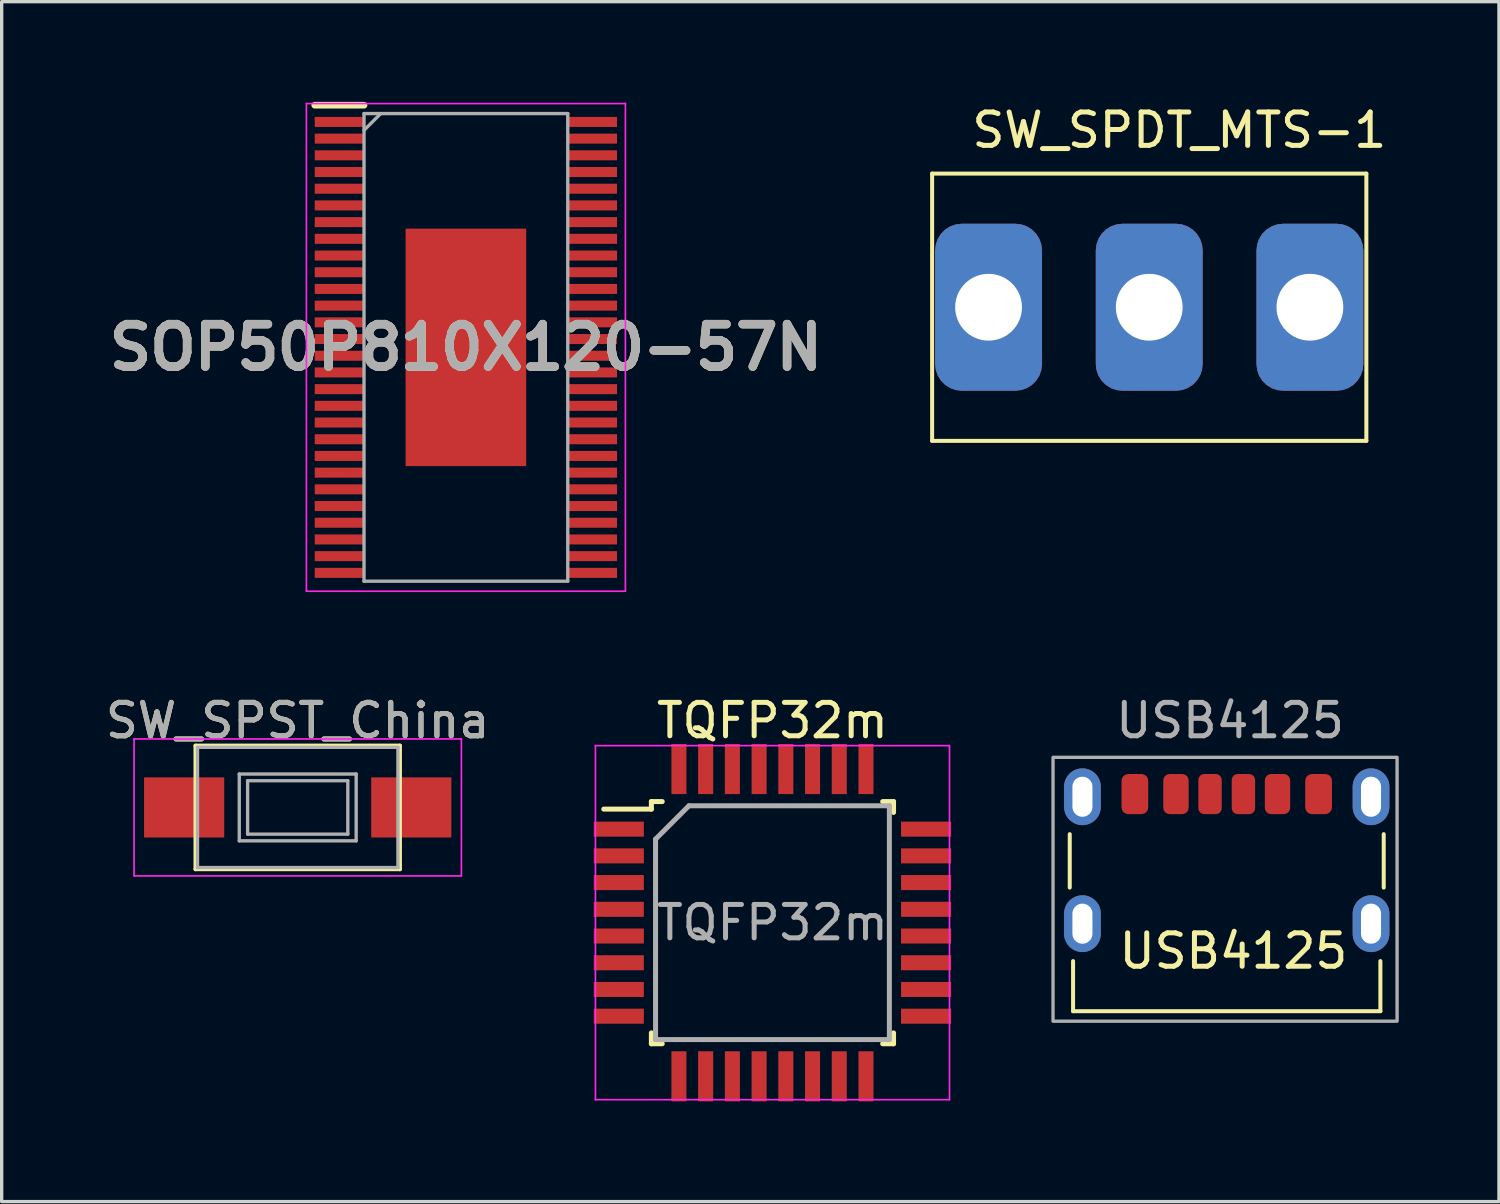
<source format=kicad_pcb>
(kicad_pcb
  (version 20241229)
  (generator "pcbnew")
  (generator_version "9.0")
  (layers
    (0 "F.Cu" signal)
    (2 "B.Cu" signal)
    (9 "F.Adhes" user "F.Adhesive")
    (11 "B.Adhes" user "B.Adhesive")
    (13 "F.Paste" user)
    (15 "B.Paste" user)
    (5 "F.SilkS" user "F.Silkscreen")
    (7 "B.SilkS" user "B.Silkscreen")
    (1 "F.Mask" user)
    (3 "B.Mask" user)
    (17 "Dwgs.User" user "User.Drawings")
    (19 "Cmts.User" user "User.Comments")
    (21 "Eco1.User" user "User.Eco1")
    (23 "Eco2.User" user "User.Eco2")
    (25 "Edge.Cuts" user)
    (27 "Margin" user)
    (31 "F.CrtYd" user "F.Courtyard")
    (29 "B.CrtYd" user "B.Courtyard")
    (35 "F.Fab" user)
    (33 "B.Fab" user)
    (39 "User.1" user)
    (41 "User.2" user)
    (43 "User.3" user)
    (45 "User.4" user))
  (footprint "SOP50P810X120-57N"
    (layer "F.Cu")
    (at 10.898 7.35)
    (property "Reference" "SOP50P810X120-57N" (at 0 0 0) (layer "F.SilkS") (effects (font (size 1.27 1.27) (thickness 0.254))))
    (attr smd)
    (fp_line (start -4.525 -7.25) (end -3.05 -7.25) (stroke (width 0.2) (type solid)) (layer "F.SilkS"))
    (fp_line (start -4.775 -7.3) (end 4.775 -7.3) (stroke (width 0.05) (type solid)) (layer "F.CrtYd"))
    (fp_line (start -4.775 7.3) (end -4.775 -7.3) (stroke (width 0.05) (type solid)) (layer "F.CrtYd"))
    (fp_line (start 4.775 -7.3) (end 4.775 7.3) (stroke (width 0.05) (type solid)) (layer "F.CrtYd"))
    (fp_line (start 4.775 7.3) (end -4.775 7.3) (stroke (width 0.05) (type solid)) (layer "F.CrtYd"))
    (fp_line (start -3.05 -7) (end 3.05 -7) (stroke (width 0.1) (type solid)) (layer "F.Fab"))
    (fp_line (start -3.05 -6.5) (end -2.55 -7) (stroke (width 0.1) (type solid)) (layer "F.Fab"))
    (fp_line (start -3.05 7) (end -3.05 -7) (stroke (width 0.1) (type solid)) (layer "F.Fab"))
    (fp_line (start 3.05 -7) (end 3.05 7) (stroke (width 0.1) (type solid)) (layer "F.Fab"))
    (fp_line (start 3.05 7) (end -3.05 7) (stroke (width 0.1) (type solid)) (layer "F.Fab"))
    (fp_text user "${REFERENCE}" (at 0 0 0) (layer "F.Fab") (effects (font (size 1.27 1.27) (thickness 0.254))))
    (pad "1" smd rect (at -3.788 -6.75 90) (size 0.3 1.475) (layers "F.Cu" "F.Mask" "F.Paste"))
    (pad "2" smd rect (at -3.788 -6.25 90) (size 0.3 1.475) (layers "F.Cu" "F.Mask" "F.Paste"))
    (pad "3" smd rect (at -3.788 -5.75 90) (size 0.3 1.475) (layers "F.Cu" "F.Mask" "F.Paste"))
    (pad "4" smd rect (at -3.788 -5.25 90) (size 0.3 1.475) (layers "F.Cu" "F.Mask" "F.Paste"))
    (pad "5" smd rect (at -3.788 -4.75 90) (size 0.3 1.475) (layers "F.Cu" "F.Mask" "F.Paste"))
    (pad "6" smd rect (at -3.788 -4.25 90) (size 0.3 1.475) (layers "F.Cu" "F.Mask" "F.Paste"))
    (pad "7" smd rect (at -3.788 -3.75 90) (size 0.3 1.475) (layers "F.Cu" "F.Mask" "F.Paste"))
    (pad "8" smd rect (at -3.788 -3.25 90) (size 0.3 1.475) (layers "F.Cu" "F.Mask" "F.Paste"))
    (pad "9" smd rect (at -3.788 -2.75 90) (size 0.3 1.475) (layers "F.Cu" "F.Mask" "F.Paste"))
    (pad "10" smd rect (at -3.788 -2.25 90) (size 0.3 1.475) (layers "F.Cu" "F.Mask" "F.Paste"))
    (pad "11" smd rect (at -3.788 -1.75 90) (size 0.3 1.475) (layers "F.Cu" "F.Mask" "F.Paste"))
    (pad "12" smd rect (at -3.788 -1.25 90) (size 0.3 1.475) (layers "F.Cu" "F.Mask" "F.Paste"))
    (pad "13" smd rect (at -3.788 -0.75 90) (size 0.3 1.475) (layers "F.Cu" "F.Mask" "F.Paste"))
    (pad "14" smd rect (at -3.788 -0.25 90) (size 0.3 1.475) (layers "F.Cu" "F.Mask" "F.Paste"))
    (pad "15" smd rect (at -3.788 0.25 90) (size 0.3 1.475) (layers "F.Cu" "F.Mask" "F.Paste"))
    (pad "16" smd rect (at -3.788 0.75 90) (size 0.3 1.475) (layers "F.Cu" "F.Mask" "F.Paste"))
    (pad "17" smd rect (at -3.788 1.25 90) (size 0.3 1.475) (layers "F.Cu" "F.Mask" "F.Paste"))
    (pad "18" smd rect (at -3.788 1.75 90) (size 0.3 1.475) (layers "F.Cu" "F.Mask" "F.Paste"))
    (pad "19" smd rect (at -3.788 2.25 90) (size 0.3 1.475) (layers "F.Cu" "F.Mask" "F.Paste"))
    (pad "20" smd rect (at -3.788 2.75 90) (size 0.3 1.475) (layers "F.Cu" "F.Mask" "F.Paste"))
    (pad "21" smd rect (at -3.788 3.25 90) (size 0.3 1.475) (layers "F.Cu" "F.Mask" "F.Paste"))
    (pad "22" smd rect (at -3.788 3.75 90) (size 0.3 1.475) (layers "F.Cu" "F.Mask" "F.Paste"))
    (pad "23" smd rect (at -3.788 4.25 90) (size 0.3 1.475) (layers "F.Cu" "F.Mask" "F.Paste"))
    (pad "24" smd rect (at -3.788 4.75 90) (size 0.3 1.475) (layers "F.Cu" "F.Mask" "F.Paste"))
    (pad "25" smd rect (at -3.788 5.25 90) (size 0.3 1.475) (layers "F.Cu" "F.Mask" "F.Paste"))
    (pad "26" smd rect (at -3.788 5.75 90) (size 0.3 1.475) (layers "F.Cu" "F.Mask" "F.Paste"))
    (pad "27" smd rect (at -3.788 6.25 90) (size 0.3 1.475) (layers "F.Cu" "F.Mask" "F.Paste"))
    (pad "28" smd rect (at -3.788 6.75 90) (size 0.3 1.475) (layers "F.Cu" "F.Mask" "F.Paste"))
    (pad "29" smd rect (at 3.788 6.75 90) (size 0.3 1.475) (layers "F.Cu" "F.Mask" "F.Paste"))
    (pad "30" smd rect (at 3.788 6.25 90) (size 0.3 1.475) (layers "F.Cu" "F.Mask" "F.Paste"))
    (pad "31" smd rect (at 3.788 5.75 90) (size 0.3 1.475) (layers "F.Cu" "F.Mask" "F.Paste"))
    (pad "32" smd rect (at 3.788 5.25 90) (size 0.3 1.475) (layers "F.Cu" "F.Mask" "F.Paste"))
    (pad "33" smd rect (at 3.788 4.75 90) (size 0.3 1.475) (layers "F.Cu" "F.Mask" "F.Paste"))
    (pad "34" smd rect (at 3.788 4.25 90) (size 0.3 1.475) (layers "F.Cu" "F.Mask" "F.Paste"))
    (pad "35" smd rect (at 3.788 3.75 90) (size 0.3 1.475) (layers "F.Cu" "F.Mask" "F.Paste"))
    (pad "36" smd rect (at 3.788 3.25 90) (size 0.3 1.475) (layers "F.Cu" "F.Mask" "F.Paste"))
    (pad "37" smd rect (at 3.788 2.75 90) (size 0.3 1.475) (layers "F.Cu" "F.Mask" "F.Paste"))
    (pad "38" smd rect (at 3.788 2.25 90) (size 0.3 1.475) (layers "F.Cu" "F.Mask" "F.Paste"))
    (pad "39" smd rect (at 3.788 1.75 90) (size 0.3 1.475) (layers "F.Cu" "F.Mask" "F.Paste"))
    (pad "40" smd rect (at 3.788 1.25 90) (size 0.3 1.475) (layers "F.Cu" "F.Mask" "F.Paste"))
    (pad "41" smd rect (at 3.788 0.75 90) (size 0.3 1.475) (layers "F.Cu" "F.Mask" "F.Paste"))
    (pad "42" smd rect (at 3.788 0.25 90) (size 0.3 1.475) (layers "F.Cu" "F.Mask" "F.Paste"))
    (pad "43" smd rect (at 3.788 -0.25 90) (size 0.3 1.475) (layers "F.Cu" "F.Mask" "F.Paste"))
    (pad "44" smd rect (at 3.788 -0.75 90) (size 0.3 1.475) (layers "F.Cu" "F.Mask" "F.Paste"))
    (pad "45" smd rect (at 3.788 -1.25 90) (size 0.3 1.475) (layers "F.Cu" "F.Mask" "F.Paste"))
    (pad "46" smd rect (at 3.788 -1.75 90) (size 0.3 1.475) (layers "F.Cu" "F.Mask" "F.Paste"))
    (pad "47" smd rect (at 3.788 -2.25 90) (size 0.3 1.475) (layers "F.Cu" "F.Mask" "F.Paste"))
    (pad "48" smd rect (at 3.788 -2.75 90) (size 0.3 1.475) (layers "F.Cu" "F.Mask" "F.Paste"))
    (pad "49" smd rect (at 3.788 -3.25 90) (size 0.3 1.475) (layers "F.Cu" "F.Mask" "F.Paste"))
    (pad "50" smd rect (at 3.788 -3.75 90) (size 0.3 1.475) (layers "F.Cu" "F.Mask" "F.Paste"))
    (pad "51" smd rect (at 3.788 -4.25 90) (size 0.3 1.475) (layers "F.Cu" "F.Mask" "F.Paste"))
    (pad "52" smd rect (at 3.788 -4.75 90) (size 0.3 1.475) (layers "F.Cu" "F.Mask" "F.Paste"))
    (pad "53" smd rect (at 3.788 -5.25 90) (size 0.3 1.475) (layers "F.Cu" "F.Mask" "F.Paste"))
    (pad "54" smd rect (at 3.788 -5.75 90) (size 0.3 1.475) (layers "F.Cu" "F.Mask" "F.Paste"))
    (pad "55" smd rect (at 3.788 -6.25 90) (size 0.3 1.475) (layers "F.Cu" "F.Mask" "F.Paste"))
    (pad "56" smd rect (at 3.788 -6.75 90) (size 0.3 1.475) (layers "F.Cu" "F.Mask" "F.Paste"))
    (pad "57" smd rect (at 0 0) (size 3.61 7.11) (layers "F.Cu" "F.Mask" "F.Paste")))
  (footprint "USB4125"
    (layer "F.Cu")
    (at 33.676 20.723)
    (property "Reference" "USB4125" (at 0.2 4.7 0) (unlocked yes) (layer "F.SilkS") (effects (font (size 1 1) (thickness 0.15))))
    (attr smd)
    (fp_line (start -4.7 2.8) (end -4.7 1.2) (stroke (width 0.12) (type solid)) (layer "F.SilkS"))
    (fp_line (start -4.6 6.5) (end -4.6 5) (stroke (width 0.12) (type solid)) (layer "F.SilkS"))
    (fp_line (start 4.6 6.5) (end -4.6 6.5) (stroke (width 0.12) (type solid)) (layer "F.SilkS"))
    (fp_line (start 4.6 6.5) (end 4.6 5) (stroke (width 0.12) (type solid)) (layer "F.SilkS"))
    (fp_line (start 4.7 2.8) (end 4.7 1.2) (stroke (width 0.12) (type solid)) (layer "F.SilkS"))
    (fp_rect (start -5.2 -1.1) (end 5.1 6.8) (stroke (width 0.1) (type solid)) (fill no) (layer "F.Fab"))
    (fp_text user "${REFERENCE}" (at 0.1 -2.2 0) (unlocked yes) (layer "F.Fab") (effects (font (size 1 1) (thickness 0.15))))
    (pad "A5" smd roundrect (at -0.5 0) (size 0.7 1.2) (layers "F.Cu" "F.Mask" "F.Paste") (roundrect_rratio 0.25))
    (pad "A9" smd roundrect (at 1.52 0) (size 0.76 1.2) (layers "F.Cu" "F.Mask" "F.Paste") (roundrect_rratio 0.25))
    (pad "A12" smd roundrect (at 2.75 0) (size 0.8 1.2) (layers "F.Cu" "F.Mask" "F.Paste") (roundrect_rratio 0.25))
    (pad "B5" smd roundrect (at 0.5 0) (size 0.7 1.2) (layers "F.Cu" "F.Mask" "F.Paste") (roundrect_rratio 0.25))
    (pad "B9" smd roundrect (at -1.52 0) (size 0.76 1.2) (layers "F.Cu" "F.Mask" "F.Paste") (roundrect_rratio 0.25))
    (pad "B12" smd roundrect (at -2.75 0) (size 0.8 1.2) (layers "F.Cu" "F.Mask" "F.Paste") (roundrect_rratio 0.25))
    (pad "S1" thru_hole oval (at -4.32 0.08) (size 1.1 1.7) (drill oval 0.6 1.2) (layers "*.Cu" "*.Mask"))
    (pad "S1" thru_hole oval (at -4.32 3.88) (size 1.1 1.7) (drill oval 0.6 1.2) (layers "*.Cu" "*.Mask"))
    (pad "S1" thru_hole oval (at 4.32 0.08) (size 1.1 1.7) (drill oval 0.6 1.2) (layers "*.Cu" "*.Mask"))
    (pad "S1" thru_hole oval (at 4.32 3.88) (size 1.1 1.7) (drill oval 0.6 1.2) (layers "*.Cu" "*.Mask")))
  (footprint "SW_SPDT_MTS-1"
    (layer "F.Cu")
    (at 31.356 6.148)
    (property "Reference" "SW_SPDT_MTS-1" (at 0.9 -5.3 0) (layer "F.SilkS") (effects (font (size 1 1) (thickness 0.15))))
    (attr through_hole)
    (fp_line (start -6.5 -4) (end 6.5 -4) (stroke (width 0.12) (type solid)) (layer "F.SilkS"))
    (fp_line (start -6.5 4) (end -6.5 -4) (stroke (width 0.12) (type solid)) (layer "F.SilkS"))
    (fp_line (start 6.5 -4) (end 6.5 4) (stroke (width 0.12) (type solid)) (layer "F.SilkS"))
    (fp_line (start 6.5 4) (end -6.5 4) (stroke (width 0.12) (type solid)) (layer "F.SilkS"))
    (pad "1" thru_hole roundrect (at -4.81 0) (size 3.2 5) (drill 2) (layers "*.Cu" "*.Mask") (roundrect_rratio 0.25))
    (pad "2" thru_hole roundrect (at 0 0) (size 3.2 5) (drill 2) (layers "*.Cu" "*.Mask") (roundrect_rratio 0.25))
    (pad "3" thru_hole roundrect (at 4.81 0) (size 3.2 5) (drill 2) (layers "*.Cu" "*.Mask") (roundrect_rratio 0.25)))
  (footprint "SW_SPST_China"
    (layer "F.Cu")
    (at 5.863 21.123)
    (property "Reference" "SW_SPST_China" (at 0 -2.6 0) (layer "F.SilkS") (effects (font (size 1 1) (thickness 0.15))))
    (attr smd)
    (fp_line (start -3.06 -1.85) (end 3.06 -1.85) (stroke (width 0.12) (type solid)) (layer "F.SilkS"))
    (fp_line (start -3.06 1.85) (end -3.06 -1.85) (stroke (width 0.12) (type solid)) (layer "F.SilkS"))
    (fp_line (start 3.06 -1.85) (end 3.06 1.85) (stroke (width 0.12) (type solid)) (layer "F.SilkS"))
    (fp_line (start 3.06 1.85) (end -3.06 1.85) (stroke (width 0.12) (type solid)) (layer "F.SilkS"))
    (fp_line (start -4.9 -2.05) (end 4.9 -2.05) (stroke (width 0.05) (type solid)) (layer "F.CrtYd"))
    (fp_line (start -4.9 2.05) (end -4.9 -2.05) (stroke (width 0.05) (type solid)) (layer "F.CrtYd"))
    (fp_line (start 4.9 -2.05) (end 4.9 2.05) (stroke (width 0.05) (type solid)) (layer "F.CrtYd"))
    (fp_line (start 4.9 2.05) (end -4.9 2.05) (stroke (width 0.05) (type solid)) (layer "F.CrtYd"))
    (fp_line (start -3 -1.8) (end -3 1.8) (stroke (width 0.1) (type solid)) (layer "F.Fab"))
    (fp_line (start -3 -1.8) (end 3 -1.8) (stroke (width 0.1) (type solid)) (layer "F.Fab"))
    (fp_line (start -3 1.8) (end 3 1.8) (stroke (width 0.1) (type solid)) (layer "F.Fab"))
    (fp_line (start -1.75 -1) (end 1.75 -1) (stroke (width 0.1) (type solid)) (layer "F.Fab"))
    (fp_line (start -1.75 1) (end -1.75 -1) (stroke (width 0.1) (type solid)) (layer "F.Fab"))
    (fp_line (start -1.5 -0.8) (end -1.5 0.8) (stroke (width 0.1) (type solid)) (layer "F.Fab"))
    (fp_line (start -1.5 -0.8) (end 1.5 -0.8) (stroke (width 0.1) (type solid)) (layer "F.Fab"))
    (fp_line (start -1.5 0.8) (end 1.5 0.8) (stroke (width 0.1) (type solid)) (layer "F.Fab"))
    (fp_line (start 1.5 -0.8) (end 1.5 0.8) (stroke (width 0.1) (type solid)) (layer "F.Fab"))
    (fp_line (start 1.75 -1) (end 1.75 1) (stroke (width 0.1) (type solid)) (layer "F.Fab"))
    (fp_line (start 1.75 1) (end -1.75 1) (stroke (width 0.1) (type solid)) (layer "F.Fab"))
    (fp_line (start 3 -1.8) (end 3 1.8) (stroke (width 0.1) (type solid)) (layer "F.Fab"))
    (fp_text user "${REFERENCE}" (at 0 -2.6 0) (layer "F.Fab") (effects (font (size 1 1) (thickness 0.15))))
    (pad "1" smd rect (at -3.4 0) (size 2.4 1.8) (layers "F.Cu" "F.Mask" "F.Paste"))
    (pad "2" smd rect (at 3.4 0) (size 2.4 1.8) (layers "F.Cu" "F.Mask" "F.Paste")))
  (footprint "TQFP32m"
    (layer "F.Cu")
    (at 20.076 24.573)
    (property "Reference" "TQFP32m" (at 0 -6.05 180) (layer "F.SilkS") (effects (font (size 1 1) (thickness 0.15))))
    (attr smd)
    (fp_line (start -3.625 -3.625) (end -3.625 -3.4) (stroke (width 0.15) (type solid)) (layer "F.SilkS"))
    (fp_line (start -3.625 -3.625) (end -3.3 -3.625) (stroke (width 0.15) (type solid)) (layer "F.SilkS"))
    (fp_line (start -3.625 -3.4) (end -5.05 -3.4) (stroke (width 0.15) (type solid)) (layer "F.SilkS"))
    (fp_line (start -3.625 3.625) (end -3.625 3.3) (stroke (width 0.15) (type solid)) (layer "F.SilkS"))
    (fp_line (start -3.625 3.625) (end -3.3 3.625) (stroke (width 0.15) (type solid)) (layer "F.SilkS"))
    (fp_line (start 3.625 -3.625) (end 3.3 -3.625) (stroke (width 0.15) (type solid)) (layer "F.SilkS"))
    (fp_line (start 3.625 -3.625) (end 3.625 -3.3) (stroke (width 0.15) (type solid)) (layer "F.SilkS"))
    (fp_line (start 3.625 3.625) (end 3.3 3.625) (stroke (width 0.15) (type solid)) (layer "F.SilkS"))
    (fp_line (start 3.625 3.625) (end 3.625 3.3) (stroke (width 0.15) (type solid)) (layer "F.SilkS"))
    (fp_line (start -5.3 -5.3) (end -5.3 5.3) (stroke (width 0.05) (type solid)) (layer "F.CrtYd"))
    (fp_line (start -5.3 -5.3) (end 5.3 -5.3) (stroke (width 0.05) (type solid)) (layer "F.CrtYd"))
    (fp_line (start -5.3 5.3) (end 5.3 5.3) (stroke (width 0.05) (type solid)) (layer "F.CrtYd"))
    (fp_line (start 5.3 -5.3) (end 5.3 5.3) (stroke (width 0.05) (type solid)) (layer "F.CrtYd"))
    (fp_line (start -3.5 -2.5) (end -2.5 -3.5) (stroke (width 0.15) (type solid)) (layer "F.Fab"))
    (fp_line (start -3.5 3.5) (end -3.5 -2.5) (stroke (width 0.15) (type solid)) (layer "F.Fab"))
    (fp_line (start -2.5 -3.5) (end 3.5 -3.5) (stroke (width 0.15) (type solid)) (layer "F.Fab"))
    (fp_line (start 3.5 -3.5) (end 3.5 3.5) (stroke (width 0.15) (type solid)) (layer "F.Fab"))
    (fp_line (start 3.5 3.5) (end -3.5 3.5) (stroke (width 0.15) (type solid)) (layer "F.Fab"))
    (fp_text user "${REFERENCE}" (at 0 0 180) (layer "F.Fab") (effects (font (size 1 1) (thickness 0.15))))
    (pad "1" smd rect (at -4.6 -2.8) (size 1.5 0.45) (layers "F.Cu" "F.Mask" "F.Paste"))
    (pad "2" smd rect (at -4.6 -2) (size 1.5 0.45) (layers "F.Cu" "F.Mask" "F.Paste"))
    (pad "3" smd rect (at -4.6 -1.2) (size 1.5 0.45) (layers "F.Cu" "F.Mask" "F.Paste"))
    (pad "4" smd rect (at -4.6 -0.4) (size 1.5 0.45) (layers "F.Cu" "F.Mask" "F.Paste"))
    (pad "5" smd rect (at -4.6 0.4) (size 1.5 0.45) (layers "F.Cu" "F.Mask" "F.Paste"))
    (pad "6" smd rect (at -4.6 1.2) (size 1.5 0.45) (layers "F.Cu" "F.Mask" "F.Paste"))
    (pad "7" smd rect (at -4.6 2) (size 1.5 0.45) (layers "F.Cu" "F.Mask" "F.Paste"))
    (pad "8" smd rect (at -4.6 2.8) (size 1.5 0.45) (layers "F.Cu" "F.Mask" "F.Paste"))
    (pad "9" smd rect (at -2.8 4.6 90) (size 1.5 0.45) (layers "F.Cu" "F.Mask" "F.Paste"))
    (pad "10" smd rect (at -2 4.6 90) (size 1.5 0.45) (layers "F.Cu" "F.Mask" "F.Paste"))
    (pad "11" smd rect (at -1.2 4.6 90) (size 1.5 0.45) (layers "F.Cu" "F.Mask" "F.Paste"))
    (pad "12" smd rect (at -0.4 4.6 90) (size 1.5 0.45) (layers "F.Cu" "F.Mask" "F.Paste"))
    (pad "13" smd rect (at 0.4 4.6 90) (size 1.5 0.45) (layers "F.Cu" "F.Mask" "F.Paste"))
    (pad "14" smd rect (at 1.2 4.6 90) (size 1.5 0.45) (layers "F.Cu" "F.Mask" "F.Paste"))
    (pad "15" smd rect (at 2 4.6 90) (size 1.5 0.45) (layers "F.Cu" "F.Mask" "F.Paste"))
    (pad "16" smd rect (at 2.8 4.6 90) (size 1.5 0.45) (layers "F.Cu" "F.Mask" "F.Paste"))
    (pad "17" smd rect (at 4.6 2.8) (size 1.5 0.45) (layers "F.Cu" "F.Mask" "F.Paste"))
    (pad "18" smd rect (at 4.6 2) (size 1.5 0.45) (layers "F.Cu" "F.Mask" "F.Paste"))
    (pad "19" smd rect (at 4.6 1.2) (size 1.5 0.45) (layers "F.Cu" "F.Mask" "F.Paste"))
    (pad "20" smd rect (at 4.6 0.4) (size 1.5 0.45) (layers "F.Cu" "F.Mask" "F.Paste"))
    (pad "21" smd rect (at 4.6 -0.4) (size 1.5 0.45) (layers "F.Cu" "F.Mask" "F.Paste"))
    (pad "22" smd rect (at 4.6 -1.2) (size 1.5 0.45) (layers "F.Cu" "F.Mask" "F.Paste"))
    (pad "23" smd rect (at 4.6 -2) (size 1.5 0.45) (layers "F.Cu" "F.Mask" "F.Paste"))
    (pad "24" smd rect (at 4.6 -2.8) (size 1.5 0.45) (layers "F.Cu" "F.Mask" "F.Paste"))
    (pad "25" smd rect (at 2.8 -4.6 90) (size 1.5 0.45) (layers "F.Cu" "F.Mask" "F.Paste"))
    (pad "26" smd rect (at 2 -4.6 90) (size 1.5 0.45) (layers "F.Cu" "F.Mask" "F.Paste"))
    (pad "27" smd rect (at 1.2 -4.6 90) (size 1.5 0.45) (layers "F.Cu" "F.Mask" "F.Paste"))
    (pad "28" smd rect (at 0.4 -4.6 90) (size 1.5 0.45) (layers "F.Cu" "F.Mask" "F.Paste"))
    (pad "29" smd rect (at -0.4 -4.6 90) (size 1.5 0.45) (layers "F.Cu" "F.Mask" "F.Paste"))
    (pad "30" smd rect (at -1.2 -4.6 90) (size 1.5 0.45) (layers "F.Cu" "F.Mask" "F.Paste"))
    (pad "31" smd rect (at -2 -4.6 90) (size 1.5 0.45) (layers "F.Cu" "F.Mask" "F.Paste"))
    (pad "32" smd rect (at -2.8 -4.6 90) (size 1.5 0.45) (layers "F.Cu" "F.Mask" "F.Paste")))
  (gr_rect
    (start -3 -3)
    (end 41.826 32.923)
    (stroke (width 0.1) (type default))
    (fill no)
    (layer "Edge.Cuts")))
</source>
